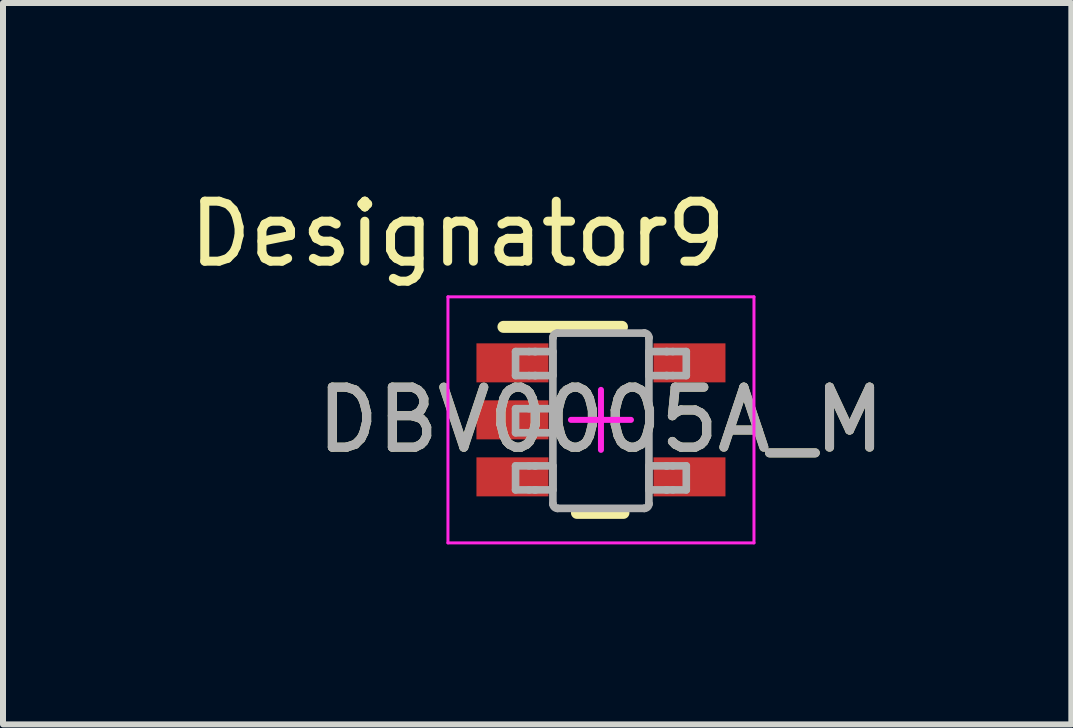
<source format=kicad_pcb>
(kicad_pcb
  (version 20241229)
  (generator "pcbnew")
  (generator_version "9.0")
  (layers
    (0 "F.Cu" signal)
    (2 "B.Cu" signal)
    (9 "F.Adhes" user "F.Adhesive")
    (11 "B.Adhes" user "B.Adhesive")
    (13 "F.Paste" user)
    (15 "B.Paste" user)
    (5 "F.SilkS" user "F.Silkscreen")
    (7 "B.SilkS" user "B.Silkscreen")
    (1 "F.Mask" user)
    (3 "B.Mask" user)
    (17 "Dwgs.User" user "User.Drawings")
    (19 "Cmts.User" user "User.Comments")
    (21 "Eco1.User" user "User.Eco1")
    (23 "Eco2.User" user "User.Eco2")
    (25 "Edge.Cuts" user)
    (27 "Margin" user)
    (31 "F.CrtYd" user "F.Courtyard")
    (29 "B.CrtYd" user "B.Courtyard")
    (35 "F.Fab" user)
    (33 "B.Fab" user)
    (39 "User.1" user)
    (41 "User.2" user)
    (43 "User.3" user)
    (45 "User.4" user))
  (footprint "DBV0005A_M"
    (layer "F.Cu")
    (at 6.965 3.947)
    (property "Reference" "DBV0005A_M" (at 0 0 0) (unlocked yes) (layer "F.SilkS") (effects (font (size 1 1) (thickness 0.15))))
    (attr smd)
    (fp_line (start -1.625 -1.55) (end 0.35 -1.55) (stroke (width 0.2) (type solid)) (layer "F.SilkS"))
    (fp_line (start -0.4 1.55) (end 0.375 1.55) (stroke (width 0.2) (type solid)) (layer "F.SilkS"))
    (fp_line (start -2.55 -2.05) (end 2.55 -2.05) (stroke (width 0.05) (type solid)) (layer "F.CrtYd"))
    (fp_line (start -2.55 2.05) (end -2.55 -2.05) (stroke (width 0.05) (type solid)) (layer "F.CrtYd"))
    (fp_line (start -2.55 2.05) (end 2.55 2.05) (stroke (width 0.05) (type solid)) (layer "F.CrtYd"))
    (fp_line (start -0.5 0) (end 0.5 0) (stroke (width 0.1) (type solid)) (layer "F.CrtYd"))
    (fp_line (start 0 0.5) (end 0 -0.5) (stroke (width 0.1) (type solid)) (layer "F.CrtYd"))
    (fp_line (start 2.55 2.05) (end 2.55 -2.05) (stroke (width 0.05) (type solid)) (layer "F.CrtYd"))
    (fp_line (start -1.423 -1.138) (end -1.199 -1.138) (stroke (width 0.127) (type solid)) (layer "F.Fab"))
    (fp_line (start -1.423 -0.738) (end -1.423 -1.138) (stroke (width 0.127) (type solid)) (layer "F.Fab"))
    (fp_line (start -1.423 -0.738) (end -1.199 -0.738) (stroke (width 0.127) (type solid)) (layer "F.Fab"))
    (fp_line (start -1.423 -0.186) (end -1.199 -0.186) (stroke (width 0.127) (type solid)) (layer "F.Fab"))
    (fp_line (start -1.423 0.215) (end -1.423 -0.186) (stroke (width 0.127) (type solid)) (layer "F.Fab"))
    (fp_line (start -1.423 0.215) (end -1.199 0.215) (stroke (width 0.127) (type solid)) (layer "F.Fab"))
    (fp_line (start -1.423 0.767) (end -1.199 0.767) (stroke (width 0.127) (type solid)) (layer "F.Fab"))
    (fp_line (start -1.423 1.167) (end -1.423 0.767) (stroke (width 0.127) (type solid)) (layer "F.Fab"))
    (fp_line (start -1.423 1.167) (end -1.199 1.167) (stroke (width 0.127) (type solid)) (layer "F.Fab"))
    (fp_line (start -1.199 -1.138) (end -1.105 -1.138) (stroke (width 0.127) (type solid)) (layer "F.Fab"))
    (fp_line (start -1.199 -0.738) (end -1.105 -0.738) (stroke (width 0.127) (type solid)) (layer "F.Fab"))
    (fp_line (start -1.199 -0.186) (end -1.105 -0.186) (stroke (width 0.127) (type solid)) (layer "F.Fab"))
    (fp_line (start -1.199 0.215) (end -1.105 0.215) (stroke (width 0.127) (type solid)) (layer "F.Fab"))
    (fp_line (start -1.199 0.767) (end -1.105 0.767) (stroke (width 0.127) (type solid)) (layer "F.Fab"))
    (fp_line (start -1.199 1.167) (end -1.105 1.167) (stroke (width 0.127) (type solid)) (layer "F.Fab"))
    (fp_line (start -1.105 -1.138) (end -1.088 -1.138) (stroke (width 0.127) (type solid)) (layer "F.Fab"))
    (fp_line (start -1.105 -0.738) (end -1.088 -0.738) (stroke (width 0.127) (type solid)) (layer "F.Fab"))
    (fp_line (start -1.105 -0.186) (end -1.088 -0.186) (stroke (width 0.127) (type solid)) (layer "F.Fab"))
    (fp_line (start -1.105 0.215) (end -1.088 0.215) (stroke (width 0.127) (type solid)) (layer "F.Fab"))
    (fp_line (start -1.105 0.767) (end -1.088 0.767) (stroke (width 0.127) (type solid)) (layer "F.Fab"))
    (fp_line (start -1.105 1.167) (end -1.088 1.167) (stroke (width 0.127) (type solid)) (layer "F.Fab"))
    (fp_line (start -1.088 -1.138) (end -0.835 -1.138) (stroke (width 0.127) (type solid)) (layer "F.Fab"))
    (fp_line (start -1.088 -0.738) (end -0.835 -0.738) (stroke (width 0.127) (type solid)) (layer "F.Fab"))
    (fp_line (start -1.088 -0.186) (end -0.835 -0.186) (stroke (width 0.127) (type solid)) (layer "F.Fab"))
    (fp_line (start -1.088 0.215) (end -0.835 0.215) (stroke (width 0.127) (type solid)) (layer "F.Fab"))
    (fp_line (start -1.088 0.767) (end -0.835 0.767) (stroke (width 0.127) (type solid)) (layer "F.Fab"))
    (fp_line (start -1.088 1.167) (end -0.835 1.167) (stroke (width 0.127) (type solid)) (layer "F.Fab"))
    (fp_line (start -0.835 -1.138) (end -0.801 -1.138) (stroke (width 0.127) (type solid)) (layer "F.Fab"))
    (fp_line (start -0.835 -0.738) (end -0.801 -0.738) (stroke (width 0.127) (type solid)) (layer "F.Fab"))
    (fp_line (start -0.835 -0.186) (end -0.801 -0.186) (stroke (width 0.127) (type solid)) (layer "F.Fab"))
    (fp_line (start -0.835 0.215) (end -0.801 0.215) (stroke (width 0.127) (type solid)) (layer "F.Fab"))
    (fp_line (start -0.835 0.767) (end -0.801 0.767) (stroke (width 0.127) (type solid)) (layer "F.Fab"))
    (fp_line (start -0.835 1.167) (end -0.801 1.167) (stroke (width 0.127) (type solid)) (layer "F.Fab"))
    (fp_line (start -0.801 -1.37) (end -0.801 -1.371) (stroke (width 0.127) (type solid)) (layer "F.Fab"))
    (fp_line (start -0.801 -0.738) (end -0.801 -1.138) (stroke (width 0.127) (type solid)) (layer "F.Fab"))
    (fp_line (start -0.801 0.215) (end -0.801 -0.186) (stroke (width 0.127) (type solid)) (layer "F.Fab"))
    (fp_line (start -0.801 1.167) (end -0.801 0.767) (stroke (width 0.127) (type solid)) (layer "F.Fab"))
    (fp_line (start -0.801 1.399) (end -0.801 -1.37) (stroke (width 0.127) (type solid)) (layer "F.Fab"))
    (fp_line (start -0.801 1.4) (end -0.801 1.399) (stroke (width 0.127) (type solid)) (layer "F.Fab"))
    (fp_line (start -0.725 -1.446) (end -0.725 -1.446) (stroke (width 0.127) (type solid)) (layer "F.Fab"))
    (fp_line (start -0.725 1.475) (end -0.725 1.475) (stroke (width 0.127) (type solid)) (layer "F.Fab"))
    (fp_line (start -0.725 -1.446) (end 0.723 -1.446) (stroke (width 0.127) (type solid)) (layer "F.Fab"))
    (fp_line (start -0.725 1.475) (end 0.723 1.475) (stroke (width 0.127) (type solid)) (layer "F.Fab"))
    (fp_line (start 0.723 -1.446) (end 0.724 -1.446) (stroke (width 0.127) (type solid)) (layer "F.Fab"))
    (fp_line (start 0.723 1.475) (end 0.724 1.475) (stroke (width 0.127) (type solid)) (layer "F.Fab"))
    (fp_line (start 0.799 -1.37) (end 0.799 -1.371) (stroke (width 0.127) (type solid)) (layer "F.Fab"))
    (fp_line (start 0.799 -1.138) (end 0.834 -1.138) (stroke (width 0.127) (type solid)) (layer "F.Fab"))
    (fp_line (start 0.799 -0.738) (end 0.799 -1.138) (stroke (width 0.127) (type solid)) (layer "F.Fab"))
    (fp_line (start 0.799 -0.738) (end 0.834 -0.738) (stroke (width 0.127) (type solid)) (layer "F.Fab"))
    (fp_line (start 0.799 0.767) (end 0.834 0.767) (stroke (width 0.127) (type solid)) (layer "F.Fab"))
    (fp_line (start 0.799 1.167) (end 0.799 0.767) (stroke (width 0.127) (type solid)) (layer "F.Fab"))
    (fp_line (start 0.799 1.167) (end 0.834 1.167) (stroke (width 0.127) (type solid)) (layer "F.Fab"))
    (fp_line (start 0.799 1.399) (end 0.799 -1.37) (stroke (width 0.127) (type solid)) (layer "F.Fab"))
    (fp_line (start 0.799 1.4) (end 0.799 1.399) (stroke (width 0.127) (type solid)) (layer "F.Fab"))
    (fp_line (start 0.834 -1.138) (end 1.087 -1.138) (stroke (width 0.127) (type solid)) (layer "F.Fab"))
    (fp_line (start 0.834 -0.738) (end 1.087 -0.738) (stroke (width 0.127) (type solid)) (layer "F.Fab"))
    (fp_line (start 0.834 0.767) (end 1.087 0.767) (stroke (width 0.127) (type solid)) (layer "F.Fab"))
    (fp_line (start 0.834 1.167) (end 1.087 1.167) (stroke (width 0.127) (type solid)) (layer "F.Fab"))
    (fp_line (start 1.087 -1.138) (end 1.103 -1.138) (stroke (width 0.127) (type solid)) (layer "F.Fab"))
    (fp_line (start 1.087 -0.738) (end 1.103 -0.738) (stroke (width 0.127) (type solid)) (layer "F.Fab"))
    (fp_line (start 1.087 0.767) (end 1.103 0.767) (stroke (width 0.127) (type solid)) (layer "F.Fab"))
    (fp_line (start 1.087 1.167) (end 1.103 1.167) (stroke (width 0.127) (type solid)) (layer "F.Fab"))
    (fp_line (start 1.103 -1.138) (end 1.198 -1.138) (stroke (width 0.127) (type solid)) (layer "F.Fab"))
    (fp_line (start 1.103 -0.738) (end 1.198 -0.738) (stroke (width 0.127) (type solid)) (layer "F.Fab"))
    (fp_line (start 1.103 0.767) (end 1.198 0.767) (stroke (width 0.127) (type solid)) (layer "F.Fab"))
    (fp_line (start 1.103 1.167) (end 1.198 1.167) (stroke (width 0.127) (type solid)) (layer "F.Fab"))
    (fp_line (start 1.198 -1.138) (end 1.422 -1.138) (stroke (width 0.127) (type solid)) (layer "F.Fab"))
    (fp_line (start 1.198 -0.738) (end 1.422 -0.738) (stroke (width 0.127) (type solid)) (layer "F.Fab"))
    (fp_line (start 1.198 0.767) (end 1.422 0.767) (stroke (width 0.127) (type solid)) (layer "F.Fab"))
    (fp_line (start 1.198 1.167) (end 1.422 1.167) (stroke (width 0.127) (type solid)) (layer "F.Fab"))
    (fp_line (start 1.422 -0.738) (end 1.422 -1.138) (stroke (width 0.127) (type solid)) (layer "F.Fab"))
    (fp_line (start 1.422 1.167) (end 1.422 0.767) (stroke (width 0.127) (type solid)) (layer "F.Fab"))
    (fp_arc (start -0.80074 -1.37084) (mid -0.778218 -1.423887) (end -0.724999 -1.445998) (stroke (width 0.127) (type solid)) (layer "F.Fab"))
    (fp_arc (start -0.724999 1.475) (mid -0.778213 1.452901) (end -0.80074 1.399867) (stroke (width 0.127) (type solid)) (layer "F.Fab"))
    (fp_arc (start 0.723714 -1.445998) (mid 0.776933 -1.423887) (end 0.799455 -1.37084) (stroke (width 0.127) (type solid)) (layer "F.Fab"))
    (fp_arc (start 0.799455 1.399868) (mid 0.776927 1.452901) (end 0.723713 1.475) (stroke (width 0.127) (type solid)) (layer "F.Fab"))
    (fp_text user "Designator9" (at -2.388 -3.099 0) (unlocked yes) (layer "F.SilkS") (effects (font (size 1 1) (thickness 0.15))))
    (fp_text user "${REFERENCE}" (at 0 0 0) (unlocked yes) (layer "F.Fab") (effects (font (size 1 1) (thickness 0.15))))
    (pad "1" smd rect (at -1.475 -0.95 90) (size 0.65 1.2) (layers "F.Cu" "F.Mask" "F.Paste"))
    (pad "2" smd rect (at -1.475 0 90) (size 0.65 1.2) (layers "F.Cu" "F.Mask" "F.Paste"))
    (pad "3" smd rect (at -1.475 0.95 90) (size 0.65 1.2) (layers "F.Cu" "F.Mask" "F.Paste"))
    (pad "4" smd rect (at 1.475 0.95 90) (size 0.65 1.2) (layers "F.Cu" "F.Mask" "F.Paste"))
    (pad "5" smd rect (at 1.475 -0.95 90) (size 0.65 1.2) (layers "F.Cu" "F.Mask" "F.Paste")))
  (gr_rect
    (start -3 -3)
    (end 14.804 9.022)
    (stroke (width 0.1) (type default))
    (fill no)
    (layer "Edge.Cuts")))
</source>
